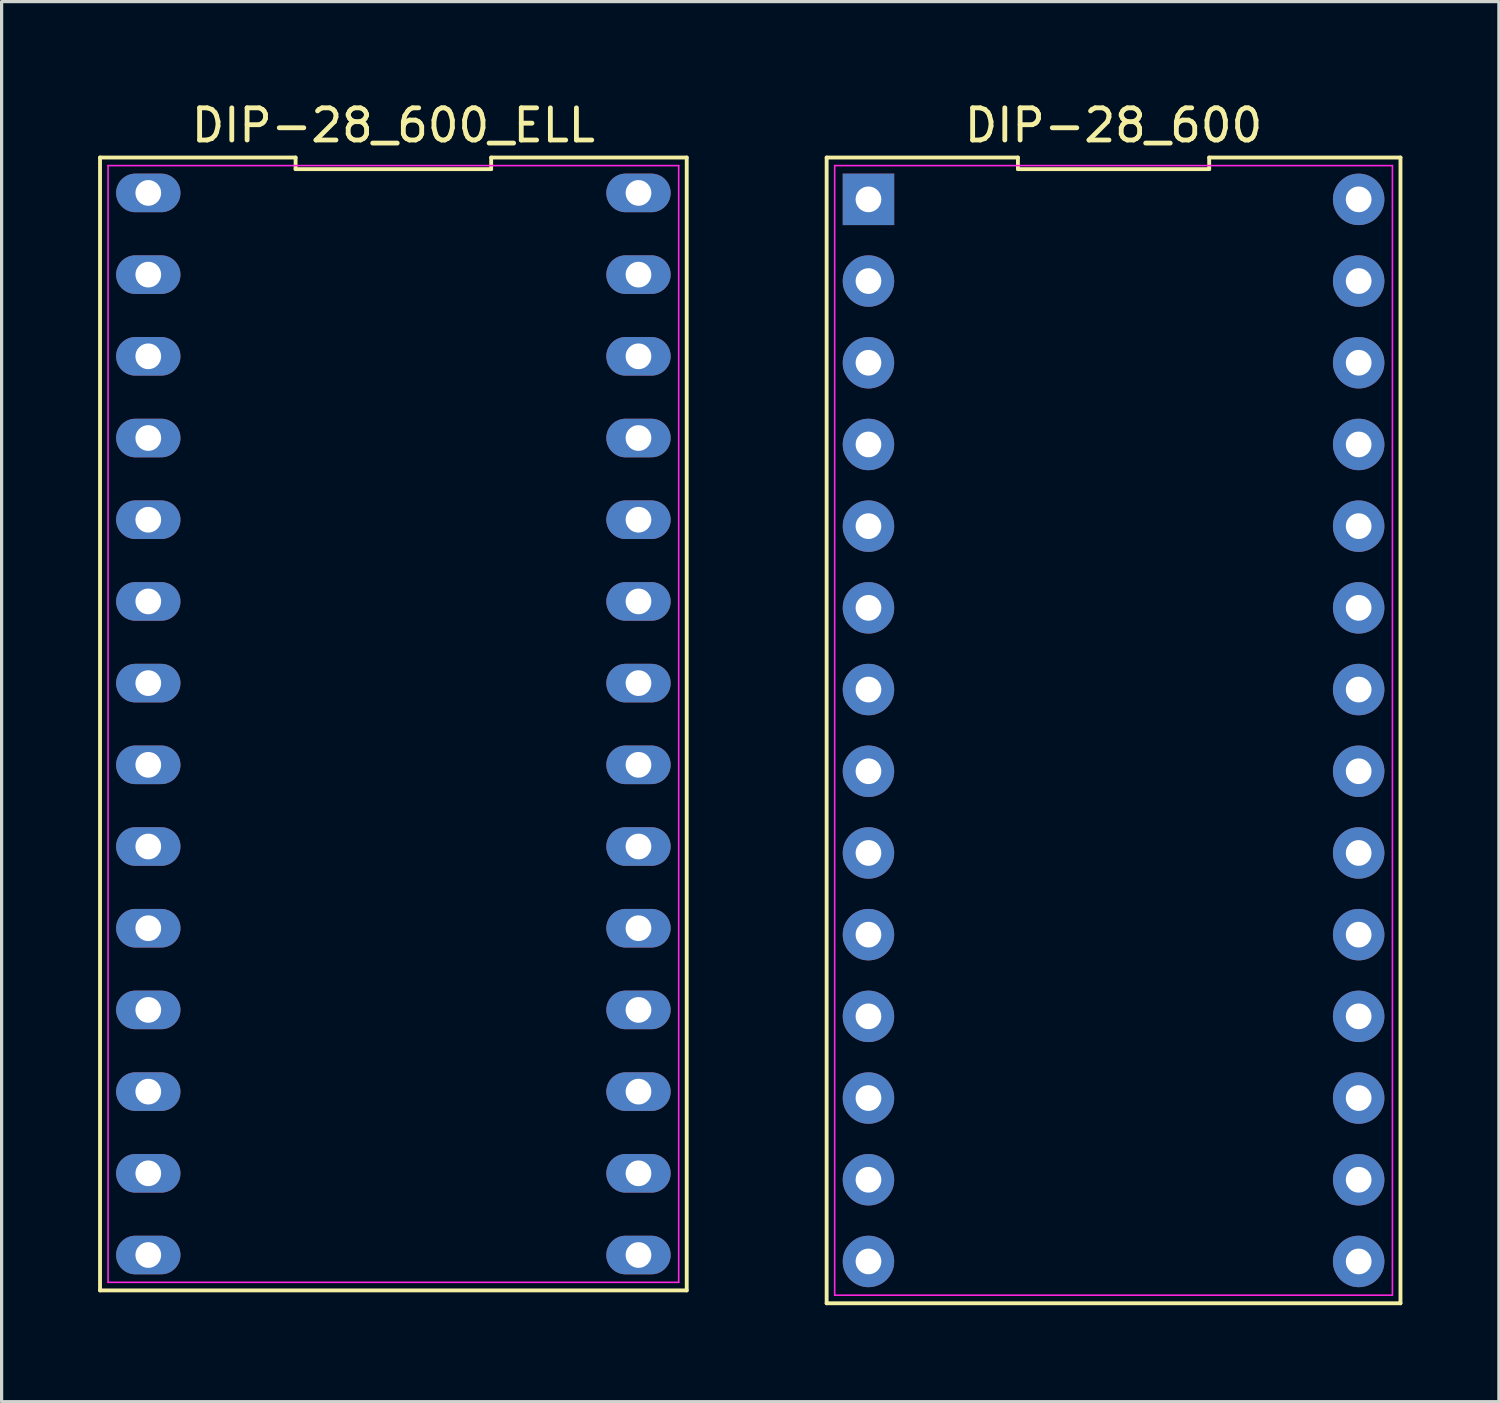
<source format=kicad_pcb>
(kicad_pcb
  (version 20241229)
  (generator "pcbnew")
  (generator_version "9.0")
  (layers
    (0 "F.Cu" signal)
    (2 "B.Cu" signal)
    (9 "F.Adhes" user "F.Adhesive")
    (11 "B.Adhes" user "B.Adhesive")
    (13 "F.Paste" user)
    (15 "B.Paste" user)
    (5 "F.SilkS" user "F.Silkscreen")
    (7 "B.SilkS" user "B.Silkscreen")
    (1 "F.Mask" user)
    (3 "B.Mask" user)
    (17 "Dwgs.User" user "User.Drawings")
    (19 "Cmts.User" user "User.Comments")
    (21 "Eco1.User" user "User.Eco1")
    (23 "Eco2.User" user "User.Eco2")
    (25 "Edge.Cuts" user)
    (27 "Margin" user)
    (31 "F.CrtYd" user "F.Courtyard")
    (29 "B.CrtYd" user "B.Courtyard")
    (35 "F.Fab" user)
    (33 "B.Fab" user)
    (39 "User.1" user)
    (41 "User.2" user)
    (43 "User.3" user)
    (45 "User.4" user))
  (footprint "DIP-28_600"
    (layer "F.Cu")
    (at 31.57 19.658)
    (property "Reference" "DIP-28_600" (at 0 -18.81 0) (layer "F.SilkS") (effects (font (size 1 1) (thickness 0.15))))
    (attr through_hole)
    (fp_line (start -8.92 17.81) (end 8.92 17.81) (stroke (width 0.12) (type solid)) (layer "F.SilkS"))
    (fp_line (start -8.92 -17.81) (end -8.92 17.81) (stroke (width 0.12) (type solid)) (layer "F.SilkS"))
    (fp_line (start -2.973 -17.81) (end -8.92 -17.81) (stroke (width 0.12) (type solid)) (layer "F.SilkS"))
    (fp_line (start -2.973 -17.45) (end -2.973 -17.81) (stroke (width 0.12) (type solid)) (layer "F.SilkS"))
    (fp_line (start 2.973 -17.81) (end 2.973 -17.45) (stroke (width 0.12) (type solid)) (layer "F.SilkS"))
    (fp_line (start 2.973 -17.45) (end -2.973 -17.45) (stroke (width 0.12) (type solid)) (layer "F.SilkS"))
    (fp_line (start 8.92 17.81) (end 8.92 -17.81) (stroke (width 0.12) (type solid)) (layer "F.SilkS"))
    (fp_line (start 8.92 -17.81) (end 2.973 -17.81) (stroke (width 0.12) (type solid)) (layer "F.SilkS"))
    (fp_line (start -8.67 -17.56) (end 8.67 -17.56) (stroke (width 0.05) (type solid)) (layer "F.CrtYd"))
    (fp_line (start -8.67 17.56) (end -8.67 -17.56) (stroke (width 0.05) (type solid)) (layer "F.CrtYd"))
    (fp_line (start 8.67 -17.56) (end 8.67 17.56) (stroke (width 0.05) (type solid)) (layer "F.CrtYd"))
    (fp_line (start 8.67 17.56) (end -8.67 17.56) (stroke (width 0.05) (type solid)) (layer "F.CrtYd"))
    (pad "1" thru_hole rect (at -7.62 -16.51 270) (size 1.6 1.6) (drill 0.8) (layers "*.Cu" "*.Mask"))
    (pad "2" thru_hole circle (at -7.62 -13.97 270) (size 1.6 1.6) (drill 0.8) (layers "*.Cu" "*.Mask"))
    (pad "3" thru_hole circle (at -7.62 -11.43 270) (size 1.6 1.6) (drill 0.8) (layers "*.Cu" "*.Mask"))
    (pad "4" thru_hole circle (at -7.62 -8.89 270) (size 1.6 1.6) (drill 0.8) (layers "*.Cu" "*.Mask"))
    (pad "5" thru_hole circle (at -7.62 -6.35 270) (size 1.6 1.6) (drill 0.8) (layers "*.Cu" "*.Mask"))
    (pad "6" thru_hole circle (at -7.62 -3.81 270) (size 1.6 1.6) (drill 0.8) (layers "*.Cu" "*.Mask"))
    (pad "7" thru_hole circle (at -7.62 -1.27 270) (size 1.6 1.6) (drill 0.8) (layers "*.Cu" "*.Mask"))
    (pad "8" thru_hole circle (at -7.62 1.27 270) (size 1.6 1.6) (drill 0.8) (layers "*.Cu" "*.Mask"))
    (pad "9" thru_hole circle (at -7.62 3.81 270) (size 1.6 1.6) (drill 0.8) (layers "*.Cu" "*.Mask"))
    (pad "10" thru_hole circle (at -7.62 6.35 270) (size 1.6 1.6) (drill 0.8) (layers "*.Cu" "*.Mask"))
    (pad "11" thru_hole circle (at -7.62 8.89 270) (size 1.6 1.6) (drill 0.8) (layers "*.Cu" "*.Mask"))
    (pad "12" thru_hole circle (at -7.62 11.43 270) (size 1.6 1.6) (drill 0.8) (layers "*.Cu" "*.Mask"))
    (pad "13" thru_hole circle (at -7.62 13.97 270) (size 1.6 1.6) (drill 0.8) (layers "*.Cu" "*.Mask"))
    (pad "14" thru_hole circle (at -7.62 16.51 270) (size 1.6 1.6) (drill 0.8) (layers "*.Cu" "*.Mask"))
    (pad "15" thru_hole circle (at 7.62 16.51 270) (size 1.6 1.6) (drill 0.8) (layers "*.Cu" "*.Mask"))
    (pad "16" thru_hole circle (at 7.62 13.97 270) (size 1.6 1.6) (drill 0.8) (layers "*.Cu" "*.Mask"))
    (pad "17" thru_hole circle (at 7.62 11.43 270) (size 1.6 1.6) (drill 0.8) (layers "*.Cu" "*.Mask"))
    (pad "18" thru_hole circle (at 7.62 8.89 270) (size 1.6 1.6) (drill 0.8) (layers "*.Cu" "*.Mask"))
    (pad "19" thru_hole circle (at 7.62 6.35 270) (size 1.6 1.6) (drill 0.8) (layers "*.Cu" "*.Mask"))
    (pad "20" thru_hole circle (at 7.62 3.81 270) (size 1.6 1.6) (drill 0.8) (layers "*.Cu" "*.Mask"))
    (pad "21" thru_hole circle (at 7.62 1.27 270) (size 1.6 1.6) (drill 0.8) (layers "*.Cu" "*.Mask"))
    (pad "22" thru_hole circle (at 7.62 -1.27 270) (size 1.6 1.6) (drill 0.8) (layers "*.Cu" "*.Mask"))
    (pad "23" thru_hole circle (at 7.62 -3.81 270) (size 1.6 1.6) (drill 0.8) (layers "*.Cu" "*.Mask"))
    (pad "24" thru_hole circle (at 7.62 -6.35 270) (size 1.6 1.6) (drill 0.8) (layers "*.Cu" "*.Mask"))
    (pad "25" thru_hole circle (at 7.62 -8.89 270) (size 1.6 1.6) (drill 0.8) (layers "*.Cu" "*.Mask"))
    (pad "26" thru_hole circle (at 7.62 -11.43 270) (size 1.6 1.6) (drill 0.8) (layers "*.Cu" "*.Mask"))
    (pad "27" thru_hole circle (at 7.62 -13.97 270) (size 1.6 1.6) (drill 0.8) (layers "*.Cu" "*.Mask"))
    (pad "28" thru_hole circle (at 7.62 -16.51 270) (size 1.6 1.6) (drill 0.8) (layers "*.Cu" "*.Mask")))
  (footprint "DIP-28_600_ELL"
    (layer "F.Cu")
    (at 19.34 14.378)
    (property "Reference" "DIP-28_600_ELL" (at -10.16 -13.53 0) (layer "F.SilkS") (effects (font (size 1 1) (thickness 0.15))))
    (attr through_hole)
    (fp_line (start -19.28 22.69) (end -1.04 22.69) (stroke (width 0.12) (type solid)) (layer "F.SilkS"))
    (fp_line (start -19.28 -12.53) (end -19.28 22.69) (stroke (width 0.12) (type solid)) (layer "F.SilkS"))
    (fp_line (start -13.2 -12.53) (end -19.28 -12.53) (stroke (width 0.12) (type solid)) (layer "F.SilkS"))
    (fp_line (start -13.2 -12.17) (end -13.2 -12.53) (stroke (width 0.12) (type solid)) (layer "F.SilkS"))
    (fp_line (start -7.12 -12.53) (end -7.12 -12.17) (stroke (width 0.12) (type solid)) (layer "F.SilkS"))
    (fp_line (start -7.12 -12.17) (end -13.2 -12.17) (stroke (width 0.12) (type solid)) (layer "F.SilkS"))
    (fp_line (start -1.04 22.69) (end -1.04 -12.53) (stroke (width 0.12) (type solid)) (layer "F.SilkS"))
    (fp_line (start -1.04 -12.53) (end -7.12 -12.53) (stroke (width 0.12) (type solid)) (layer "F.SilkS"))
    (fp_line (start -19.03 -12.28) (end -1.29 -12.28) (stroke (width 0.05) (type solid)) (layer "F.CrtYd"))
    (fp_line (start -19.03 22.44) (end -19.03 -12.28) (stroke (width 0.05) (type solid)) (layer "F.CrtYd"))
    (fp_line (start -1.29 -12.28) (end -1.29 22.44) (stroke (width 0.05) (type solid)) (layer "F.CrtYd"))
    (fp_line (start -1.29 22.44) (end -19.03 22.44) (stroke (width 0.05) (type solid)) (layer "F.CrtYd"))
    (pad "1" thru_hole oval (at -17.78 -11.43 270) (size 1.2 2) (drill 0.8) (layers "*.Cu" "*.Mask"))
    (pad "2" thru_hole oval (at -17.78 -8.89 270) (size 1.2 2) (drill 0.8) (layers "*.Cu" "*.Mask"))
    (pad "3" thru_hole oval (at -17.78 -6.35 270) (size 1.2 2) (drill 0.8) (layers "*.Cu" "*.Mask"))
    (pad "4" thru_hole oval (at -17.78 -3.81 270) (size 1.2 2) (drill 0.8) (layers "*.Cu" "*.Mask"))
    (pad "5" thru_hole oval (at -17.78 -1.27 270) (size 1.2 2) (drill 0.8) (layers "*.Cu" "*.Mask"))
    (pad "6" thru_hole oval (at -17.78 1.27 270) (size 1.2 2) (drill 0.8) (layers "*.Cu" "*.Mask"))
    (pad "7" thru_hole oval (at -17.78 3.81 270) (size 1.2 2) (drill 0.8) (layers "*.Cu" "*.Mask"))
    (pad "8" thru_hole oval (at -17.78 6.35 270) (size 1.2 2) (drill 0.8) (layers "*.Cu" "*.Mask"))
    (pad "9" thru_hole oval (at -17.78 8.89 270) (size 1.2 2) (drill 0.8) (layers "*.Cu" "*.Mask"))
    (pad "10" thru_hole oval (at -17.78 11.43 270) (size 1.2 2) (drill 0.8) (layers "*.Cu" "*.Mask"))
    (pad "11" thru_hole oval (at -17.78 13.97 270) (size 1.2 2) (drill 0.8) (layers "*.Cu" "*.Mask"))
    (pad "12" thru_hole oval (at -17.78 16.51 270) (size 1.2 2) (drill 0.8) (layers "*.Cu" "*.Mask"))
    (pad "13" thru_hole oval (at -17.78 19.05 270) (size 1.2 2) (drill 0.8) (layers "*.Cu" "*.Mask"))
    (pad "14" thru_hole oval (at -17.78 21.59 270) (size 1.2 2) (drill 0.8) (layers "*.Cu" "*.Mask"))
    (pad "15" thru_hole oval (at -2.54 21.59 270) (size 1.2 2) (drill 0.8) (layers "*.Cu" "*.Mask"))
    (pad "16" thru_hole oval (at -2.54 19.05 270) (size 1.2 2) (drill 0.8) (layers "*.Cu" "*.Mask"))
    (pad "17" thru_hole oval (at -2.54 16.51 270) (size 1.2 2) (drill 0.8) (layers "*.Cu" "*.Mask"))
    (pad "18" thru_hole oval (at -2.54 13.97 270) (size 1.2 2) (drill 0.8) (layers "*.Cu" "*.Mask"))
    (pad "19" thru_hole oval (at -2.54 11.43 270) (size 1.2 2) (drill 0.8) (layers "*.Cu" "*.Mask"))
    (pad "20" thru_hole oval (at -2.54 8.89 270) (size 1.2 2) (drill 0.8) (layers "*.Cu" "*.Mask"))
    (pad "21" thru_hole oval (at -2.54 6.35 270) (size 1.2 2) (drill 0.8) (layers "*.Cu" "*.Mask"))
    (pad "22" thru_hole oval (at -2.54 3.81 270) (size 1.2 2) (drill 0.8) (layers "*.Cu" "*.Mask"))
    (pad "23" thru_hole oval (at -2.54 1.27 270) (size 1.2 2) (drill 0.8) (layers "*.Cu" "*.Mask"))
    (pad "24" thru_hole oval (at -2.54 -1.27 270) (size 1.2 2) (drill 0.8) (layers "*.Cu" "*.Mask"))
    (pad "25" thru_hole oval (at -2.54 -3.81 270) (size 1.2 2) (drill 0.8) (layers "*.Cu" "*.Mask"))
    (pad "26" thru_hole oval (at -2.54 -6.35 270) (size 1.2 2) (drill 0.8) (layers "*.Cu" "*.Mask"))
    (pad "27" thru_hole oval (at -2.54 -8.89 270) (size 1.2 2) (drill 0.8) (layers "*.Cu" "*.Mask"))
    (pad "28" thru_hole oval (at -2.54 -11.43 270) (size 1.2 2) (drill 0.8) (layers "*.Cu" "*.Mask")))
  (gr_rect
    (start -3 -3)
    (end 43.55 40.528)
    (stroke (width 0.1) (type default))
    (fill no)
    (layer "Edge.Cuts")))
</source>
